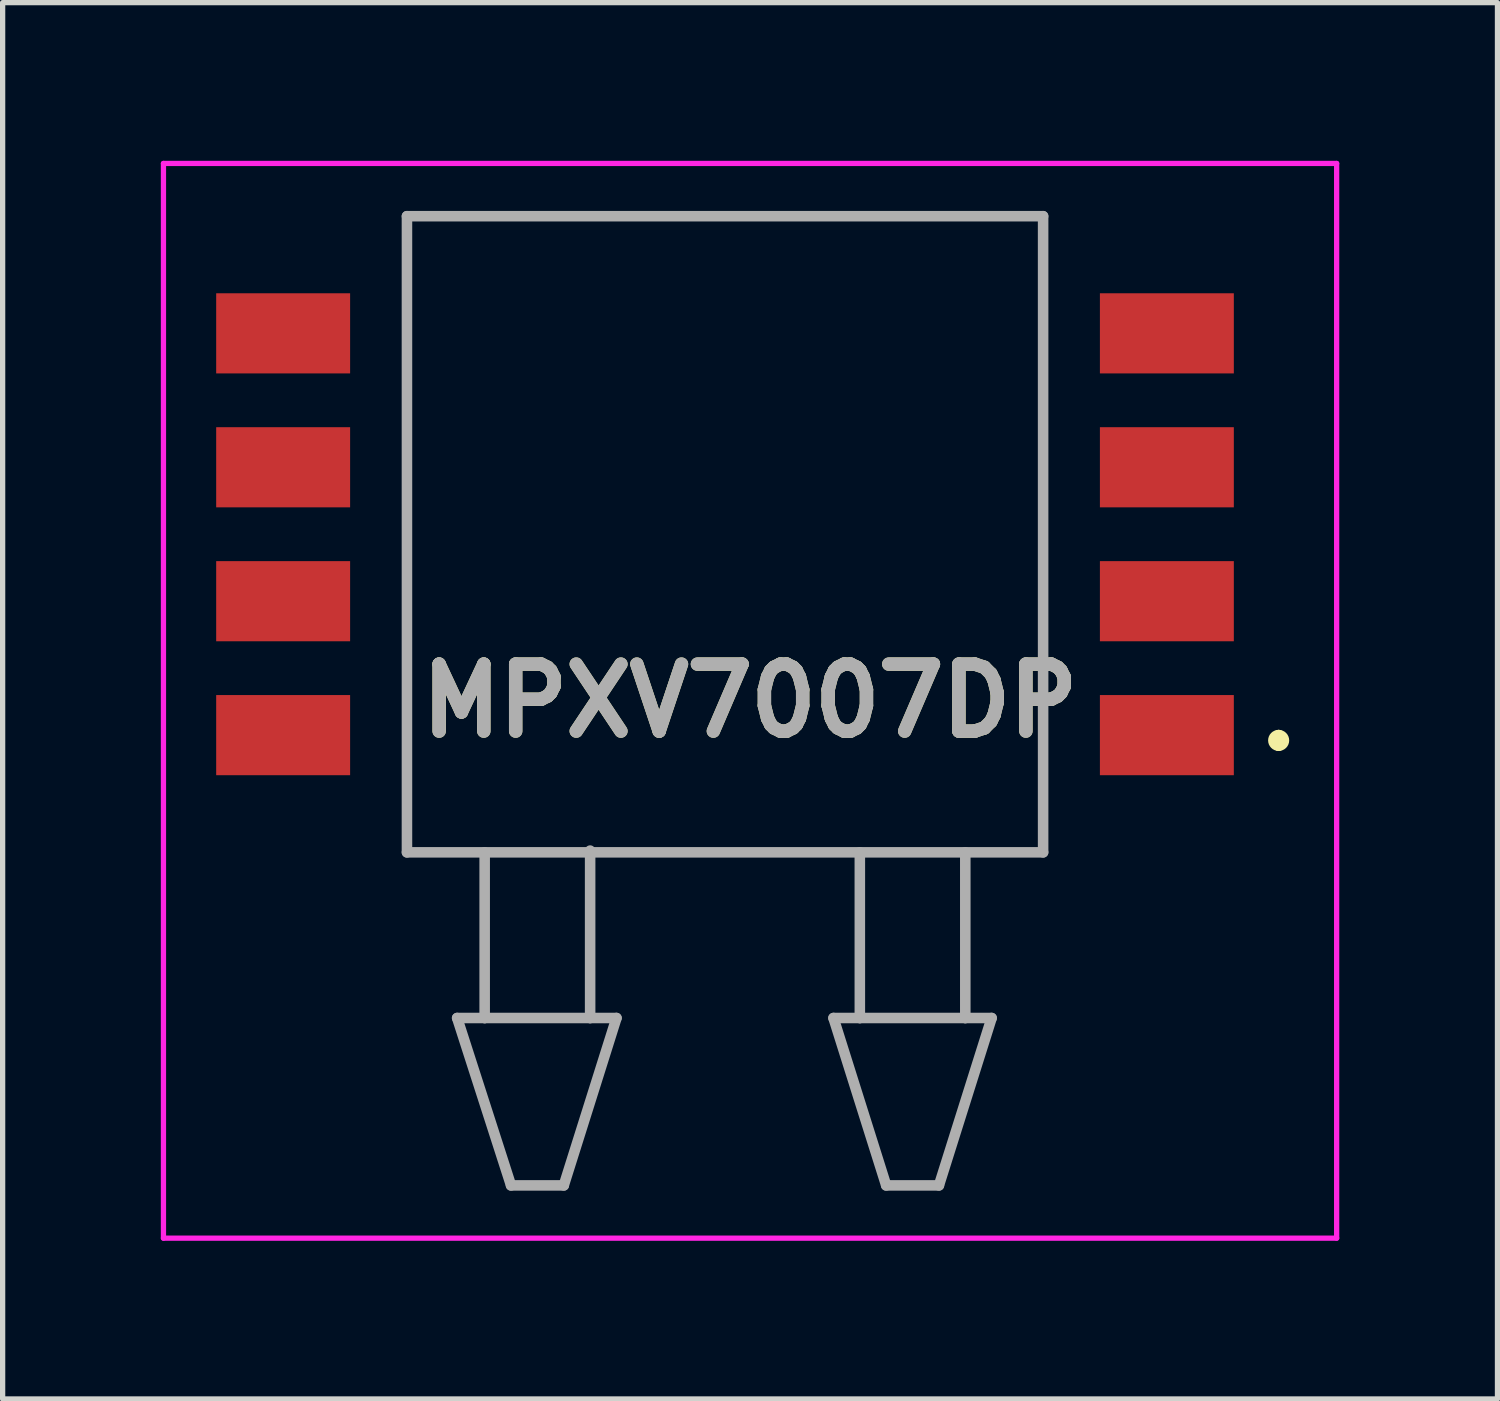
<source format=kicad_pcb>
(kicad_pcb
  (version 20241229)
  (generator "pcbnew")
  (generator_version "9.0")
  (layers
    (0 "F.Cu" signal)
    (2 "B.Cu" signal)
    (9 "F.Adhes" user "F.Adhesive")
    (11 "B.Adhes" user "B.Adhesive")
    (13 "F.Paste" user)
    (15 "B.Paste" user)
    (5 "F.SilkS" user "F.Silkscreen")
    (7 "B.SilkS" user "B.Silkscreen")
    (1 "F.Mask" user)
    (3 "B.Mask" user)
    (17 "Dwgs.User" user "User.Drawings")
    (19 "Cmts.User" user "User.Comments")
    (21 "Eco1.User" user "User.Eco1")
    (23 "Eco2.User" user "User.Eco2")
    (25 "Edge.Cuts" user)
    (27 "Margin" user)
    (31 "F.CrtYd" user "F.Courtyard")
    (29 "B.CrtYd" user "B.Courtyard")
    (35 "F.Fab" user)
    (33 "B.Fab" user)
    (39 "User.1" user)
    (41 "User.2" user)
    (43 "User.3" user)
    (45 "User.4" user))
  (footprint "MPXV7007DP"
    (layer "F.Cu")
    (at 10.7 5.892)
    (property "Reference" "MPXV7007DP" (at 0.475 4.349 0) (layer "F.SilkS") (effects (font (size 1.27 1.27) (thickness 0.254))))
    (attr smd)
    (fp_line (start -6.032 -4.842) (end 6.057 -4.842) (stroke (width 0.1) (type solid)) (layer "F.SilkS"))
    (fp_line (start -6.032 7.223) (end -6.032 -4.842) (stroke (width 0.1) (type solid)) (layer "F.SilkS"))
    (fp_line (start 6.057 -4.842) (end 6.057 7.223) (stroke (width 0.1) (type solid)) (layer "F.SilkS"))
    (fp_line (start 6.057 7.223) (end -6.032 7.223) (stroke (width 0.1) (type solid)) (layer "F.SilkS"))
    (fp_line (start 10.5 5) (end 10.5 5) (stroke (width 0.2) (type solid)) (layer "F.SilkS"))
    (fp_line (start 10.5 5.2) (end 10.5 5.2) (stroke (width 0.2) (type solid)) (layer "F.SilkS"))
    (fp_arc (start 10.5 5) (mid 10.6 5.1) (end 10.5 5.2) (stroke (width 0.2) (type solid)) (layer "F.SilkS"))
    (fp_arc (start 10.5 5.2) (mid 10.4 5.1) (end 10.5 5) (stroke (width 0.2) (type solid)) (layer "F.SilkS"))
    (fp_line (start -10.65 -5.842) (end 11.6 -5.842) (stroke (width 0.1) (type solid)) (layer "F.CrtYd"))
    (fp_line (start -10.65 14.54) (end -10.65 -5.842) (stroke (width 0.1) (type solid)) (layer "F.CrtYd"))
    (fp_line (start 11.6 -5.842) (end 11.6 14.54) (stroke (width 0.1) (type solid)) (layer "F.CrtYd"))
    (fp_line (start 11.6 14.54) (end -10.65 14.54) (stroke (width 0.1) (type solid)) (layer "F.CrtYd"))
    (fp_line (start -6.032 -4.842) (end 6.033 -4.842) (stroke (width 0.2) (type solid)) (layer "F.Fab"))
    (fp_line (start -6.032 7.223) (end -6.032 -4.842) (stroke (width 0.2) (type solid)) (layer "F.Fab"))
    (fp_line (start -5.08 10.365) (end -4.058 13.54) (stroke (width 0.2) (type solid)) (layer "F.Fab"))
    (fp_line (start -4.558 7.223) (end -4.558 10.365) (stroke (width 0.2) (type solid)) (layer "F.Fab"))
    (fp_line (start -4.558 10.365) (end -5.08 10.365) (stroke (width 0.2) (type solid)) (layer "F.Fab"))
    (fp_line (start -4.558 10.365) (end -2.558 10.365) (stroke (width 0.2) (type solid)) (layer "F.Fab"))
    (fp_line (start -3.058 13.54) (end -4.058 13.54) (stroke (width 0.2) (type solid)) (layer "F.Fab"))
    (fp_line (start -2.558 10.365) (end -2.558 7.19) (stroke (width 0.2) (type solid)) (layer "F.Fab"))
    (fp_line (start -2.558 10.365) (end -2.058 10.365) (stroke (width 0.2) (type solid)) (layer "F.Fab"))
    (fp_line (start -2.058 10.365) (end -3.058 13.54) (stroke (width 0.2) (type solid)) (layer "F.Fab"))
    (fp_line (start 2.057 10.365) (end 3.057 13.54) (stroke (width 0.2) (type solid)) (layer "F.Fab"))
    (fp_line (start 2.557 7.223) (end 2.557 10.365) (stroke (width 0.2) (type solid)) (layer "F.Fab"))
    (fp_line (start 2.557 10.365) (end 2.057 10.365) (stroke (width 0.2) (type solid)) (layer "F.Fab"))
    (fp_line (start 2.557 10.365) (end 4.557 10.365) (stroke (width 0.2) (type solid)) (layer "F.Fab"))
    (fp_line (start 4.057 13.54) (end 3.057 13.54) (stroke (width 0.2) (type solid)) (layer "F.Fab"))
    (fp_line (start 4.557 10.365) (end 4.557 7.223) (stroke (width 0.2) (type solid)) (layer "F.Fab"))
    (fp_line (start 4.557 10.365) (end 5.057 10.365) (stroke (width 0.2) (type solid)) (layer "F.Fab"))
    (fp_line (start 5.057 10.365) (end 4.057 13.54) (stroke (width 0.2) (type solid)) (layer "F.Fab"))
    (fp_line (start 6.033 -4.842) (end 6.033 7.223) (stroke (width 0.2) (type solid)) (layer "F.Fab"))
    (fp_line (start 6.033 7.223) (end -6.032 7.223) (stroke (width 0.2) (type solid)) (layer "F.Fab"))
    (fp_text user "${REFERENCE}" (at 0.475 4.349 0) (layer "F.Fab") (effects (font (size 1.27 1.27) (thickness 0.254))))
    (pad "1" smd rect (at 8.38 5 90) (size 1.52 2.54) (layers "F.Cu" "F.Mask" "F.Paste"))
    (pad "2" smd rect (at 8.38 2.46 90) (size 1.52 2.54) (layers "F.Cu" "F.Mask" "F.Paste"))
    (pad "3" smd rect (at 8.38 -0.08 90) (size 1.52 2.54) (layers "F.Cu" "F.Mask" "F.Paste"))
    (pad "4" smd rect (at 8.38 -2.62 90) (size 1.52 2.54) (layers "F.Cu" "F.Mask" "F.Paste"))
    (pad "5" smd rect (at -8.38 -2.62 90) (size 1.52 2.54) (layers "F.Cu" "F.Mask" "F.Paste"))
    (pad "6" smd rect (at -8.38 -0.08 90) (size 1.52 2.54) (layers "F.Cu" "F.Mask" "F.Paste"))
    (pad "7" smd rect (at -8.38 2.46 90) (size 1.52 2.54) (layers "F.Cu" "F.Mask" "F.Paste"))
    (pad "8" smd rect (at -8.38 5 90) (size 1.52 2.54) (layers "F.Cu" "F.Mask" "F.Paste")))
  (gr_rect
    (start -3 -3)
    (end 25.35 23.482)
    (stroke (width 0.1) (type default))
    (fill no)
    (layer "Edge.Cuts")))
</source>
